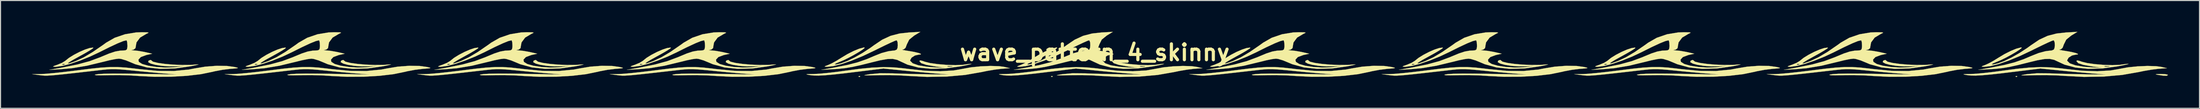
<source format=kicad_pcb>
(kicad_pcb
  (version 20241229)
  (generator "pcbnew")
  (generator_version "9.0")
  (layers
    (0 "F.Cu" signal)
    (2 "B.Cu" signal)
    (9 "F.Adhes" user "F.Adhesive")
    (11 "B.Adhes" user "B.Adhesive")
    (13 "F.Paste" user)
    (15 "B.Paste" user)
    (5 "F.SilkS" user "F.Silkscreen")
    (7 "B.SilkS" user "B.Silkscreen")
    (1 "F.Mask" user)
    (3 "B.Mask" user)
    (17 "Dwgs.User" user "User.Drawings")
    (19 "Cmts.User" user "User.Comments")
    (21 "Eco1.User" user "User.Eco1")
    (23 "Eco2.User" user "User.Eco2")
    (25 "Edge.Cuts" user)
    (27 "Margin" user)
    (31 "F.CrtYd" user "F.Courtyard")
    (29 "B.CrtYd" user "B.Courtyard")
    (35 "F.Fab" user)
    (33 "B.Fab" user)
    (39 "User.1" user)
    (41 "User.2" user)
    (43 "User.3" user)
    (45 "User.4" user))
  (footprint "wave_pattern_4_skinny"
    (layer "F.Cu")
    (at 101.151 1.991)
    (property "Reference" "wave_pattern_4_skinny" (at 0 0 0) (layer "F.SilkS") (effects (font (size 1.524 1.524) (thickness 0.3))))
    (attr through_hole)
    (fp_poly (pts (xy -22.316 2.296) (xy -22.406 2.345) (xy -22.497 2.296) (xy -22.406 2.247) (xy -22.316 2.296)) (stroke (width 0.01) (type solid)) (fill yes) (layer "F.SilkS"))
    (fp_poly (pts (xy -3.991 2.296) (xy -4.082 2.345) (xy -4.173 2.296) (xy -4.082 2.247) (xy -3.991 2.296)) (stroke (width 0.01) (type solid)) (fill yes) (layer "F.SilkS"))
    (fp_poly (pts (xy 87.811 2.296) (xy 87.721 2.345) (xy 87.63 2.296) (xy 87.721 2.247) (xy 87.811 2.296)) (stroke (width 0.01) (type solid)) (fill yes) (layer "F.SilkS"))
    (fp_poly (pts (xy 101.901 2.078) (xy 102.133 2.132) (xy 102.144 2.149) (xy 102.031 2.227) (xy 101.666 2.214) (xy 101.237 2.149) (xy 100.985 2.099) (xy 101.03 2.074) (xy 101.405 2.062) (xy 101.464 2.061) (xy 101.901 2.078)) (stroke (width 0.01) (type solid)) (fill yes) (layer "F.SilkS"))
    (fp_poly (pts (xy -9.109 1.308) (xy -8.618 1.376) (xy -8.074 1.5) (xy -8.89 1.563) (xy -9.512 1.638) (xy -10.266 1.767) (xy -10.795 1.878) (xy -12.353 2.151) (xy -14.11 2.306) (xy -15.971 2.337) (xy -17.84 2.24) (xy -17.961 2.229) (xy -18.623 2.189) (xy -19.484 2.168) (xy -20.384 2.169) (xy -20.592 2.172) (xy -21.356 2.189) (xy -21.793 2.192) (xy -21.936 2.179) (xy -21.82 2.146) (xy -21.48 2.087) (xy -21.409 2.075) (xy -20.444 1.988) (xy -19.231 1.998) (xy -18.498 2.024) (xy -17.532 2.05) (xy -16.464 2.074) (xy -15.512 2.092) (xy -14.728 2.102) (xy -14.184 2.106) (xy -13.915 2.103) (xy -13.959 2.094) (xy -14.061 2.089) (xy -14.576 2.057) (xy -15.351 1.995) (xy -16.291 1.912) (xy -17.299 1.817) (xy -17.542 1.793) (xy -20.117 1.535) (xy -22.532 1.835) (xy -23.86 1.997) (xy -24.891 2.11) (xy -25.676 2.18) (xy -26.269 2.211) (xy -26.72 2.205) (xy -27.084 2.167) (xy -27.124 2.16) (xy -27.412 2.106) (xy -27.43 2.078) (xy -27.142 2.065) (xy -26.761 2.06) (xy -26.206 2.03) (xy -25.42 1.956) (xy -24.521 1.85) (xy -23.858 1.759) (xy -22.393 1.562) (xy -21.174 1.442) (xy -20.115 1.396) (xy -19.131 1.423) (xy -18.134 1.518) (xy -17.78 1.566) (xy -16.161 1.742) (xy -14.698 1.793) (xy -13.434 1.718) (xy -12.609 1.572) (xy -11.809 1.422) (xy -10.877 1.325) (xy -9.936 1.285) (xy -9.109 1.308)) (stroke (width 0.01) (type solid)) (fill yes) (layer "F.SilkS"))
    (fp_poly (pts (xy 9.215 1.308) (xy 9.706 1.376) (xy 10.251 1.5) (xy 9.434 1.563) (xy 8.812 1.638) (xy 8.058 1.767) (xy 7.529 1.878) (xy 5.972 2.151) (xy 4.215 2.306) (xy 2.354 2.337) (xy 0.484 2.24) (xy 0.363 2.229) (xy -0.298 2.189) (xy -1.16 2.168) (xy -2.06 2.169) (xy -2.268 2.172) (xy -3.032 2.189) (xy -3.469 2.192) (xy -3.611 2.179) (xy -3.496 2.146) (xy -3.156 2.087) (xy -3.084 2.075) (xy -2.119 1.988) (xy -0.907 1.998) (xy -0.174 2.024) (xy 0.792 2.05) (xy 1.86 2.074) (xy 2.812 2.092) (xy 3.596 2.102) (xy 4.141 2.106) (xy 4.409 2.103) (xy 4.365 2.094) (xy 4.264 2.089) (xy 3.749 2.057) (xy 2.973 1.995) (xy 2.033 1.912) (xy 1.025 1.817) (xy 0.782 1.793) (xy -1.793 1.535) (xy -4.207 1.835) (xy -5.536 1.997) (xy -6.567 2.11) (xy -7.352 2.18) (xy -7.944 2.211) (xy -8.396 2.205) (xy -8.76 2.167) (xy -8.799 2.16) (xy -9.088 2.106) (xy -9.106 2.078) (xy -8.818 2.065) (xy -8.436 2.06) (xy -7.881 2.03) (xy -7.096 1.956) (xy -6.197 1.85) (xy -5.534 1.759) (xy -4.069 1.562) (xy -2.85 1.442) (xy -1.791 1.396) (xy -0.806 1.423) (xy 0.19 1.518) (xy 0.544 1.566) (xy 2.163 1.742) (xy 3.627 1.793) (xy 4.89 1.718) (xy 5.715 1.572) (xy 6.515 1.422) (xy 7.447 1.325) (xy 8.388 1.285) (xy 9.215 1.308)) (stroke (width 0.01) (type solid)) (fill yes) (layer "F.SilkS"))
    (fp_poly (pts (xy 101.018 1.308) (xy 101.509 1.376) (xy 102.054 1.5) (xy 101.237 1.563) (xy 100.615 1.638) (xy 99.861 1.767) (xy 99.332 1.878) (xy 97.774 2.151) (xy 96.017 2.306) (xy 94.156 2.337) (xy 92.287 2.24) (xy 92.166 2.229) (xy 91.504 2.189) (xy 90.643 2.168) (xy 89.743 2.169) (xy 89.535 2.172) (xy 88.771 2.189) (xy 88.334 2.192) (xy 88.191 2.179) (xy 88.307 2.146) (xy 88.647 2.087) (xy 88.719 2.075) (xy 89.683 1.988) (xy 90.896 1.998) (xy 91.629 2.024) (xy 92.595 2.05) (xy 93.663 2.074) (xy 94.615 2.092) (xy 95.399 2.102) (xy 95.943 2.106) (xy 96.212 2.103) (xy 96.168 2.094) (xy 96.066 2.089) (xy 95.551 2.057) (xy 94.776 1.995) (xy 93.836 1.912) (xy 92.828 1.817) (xy 92.585 1.793) (xy 90.01 1.535) (xy 87.595 1.835) (xy 86.267 1.997) (xy 85.236 2.11) (xy 84.451 2.18) (xy 83.859 2.211) (xy 83.407 2.205) (xy 83.043 2.167) (xy 83.004 2.16) (xy 82.715 2.106) (xy 82.697 2.078) (xy 82.985 2.065) (xy 83.366 2.06) (xy 83.922 2.03) (xy 84.707 1.956) (xy 85.606 1.85) (xy 86.269 1.759) (xy 87.734 1.562) (xy 88.953 1.442) (xy 90.012 1.396) (xy 90.997 1.423) (xy 91.993 1.518) (xy 92.347 1.566) (xy 93.966 1.742) (xy 95.43 1.793) (xy 96.693 1.718) (xy 97.518 1.572) (xy 98.318 1.422) (xy 99.25 1.325) (xy 100.191 1.285) (xy 101.018 1.308)) (stroke (width 0.01) (type solid)) (fill yes) (layer "F.SilkS"))
    (fp_poly (pts (xy -82.582 1.288) (xy -81.881 1.384) (xy -81.599 1.452) (xy -81.562 1.494) (xy -81.81 1.529) (xy -82.282 1.566) (xy -83.021 1.656) (xy -83.77 1.798) (xy -83.979 1.85) (xy -85.079 2.077) (xy -86.426 2.235) (xy -87.927 2.32) (xy -89.485 2.327) (xy -91.006 2.251) (xy -91.259 2.229) (xy -91.926 2.189) (xy -92.79 2.168) (xy -93.683 2.169) (xy -93.85 2.173) (xy -94.627 2.184) (xy -95.064 2.174) (xy -95.183 2.14) (xy -95.12 2.112) (xy -94.826 2.065) (xy -94.293 2.034) (xy -93.497 2.02) (xy -92.412 2.021) (xy -91.015 2.039) (xy -89.281 2.072) (xy -89.263 2.073) (xy -88.419 2.09) (xy -87.804 2.099) (xy -87.455 2.102) (xy -87.408 2.096) (xy -87.539 2.089) (xy -88.061 2.055) (xy -88.84 1.991) (xy -89.776 1.906) (xy -90.769 1.809) (xy -90.917 1.794) (xy -91.912 1.693) (xy -92.637 1.628) (xy -93.181 1.596) (xy -93.63 1.596) (xy -94.071 1.624) (xy -94.591 1.678) (xy -94.727 1.694) (xy -96.182 1.861) (xy -97.326 1.991) (xy -98.205 2.087) (xy -98.862 2.154) (xy -99.343 2.195) (xy -99.691 2.214) (xy -99.952 2.214) (xy -100.17 2.199) (xy -100.389 2.173) (xy -100.421 2.169) (xy -101.146 2.075) (xy -100.295 2.063) (xy -99.807 2.035) (xy -99.06 1.967) (xy -98.144 1.868) (xy -97.151 1.748) (xy -96.857 1.71) (xy -95.592 1.55) (xy -94.587 1.444) (xy -93.752 1.392) (xy -93.001 1.391) (xy -92.246 1.439) (xy -91.398 1.533) (xy -91.077 1.575) (xy -89.265 1.752) (xy -87.653 1.771) (xy -86.228 1.631) (xy -85.683 1.525) (xy -84.653 1.352) (xy -83.579 1.271) (xy -82.582 1.288)) (stroke (width 0.01) (type solid)) (fill yes) (layer "F.SilkS"))
    (fp_poly (pts (xy -64.257 1.288) (xy -63.557 1.384) (xy -63.275 1.452) (xy -63.238 1.494) (xy -63.486 1.529) (xy -63.957 1.566) (xy -64.697 1.656) (xy -65.446 1.798) (xy -65.655 1.85) (xy -66.754 2.077) (xy -68.102 2.235) (xy -69.602 2.32) (xy -71.161 2.327) (xy -72.682 2.251) (xy -72.934 2.229) (xy -73.602 2.189) (xy -74.465 2.168) (xy -75.358 2.169) (xy -75.526 2.173) (xy -76.303 2.184) (xy -76.74 2.174) (xy -76.859 2.14) (xy -76.796 2.112) (xy -76.502 2.065) (xy -75.969 2.034) (xy -75.172 2.02) (xy -74.088 2.021) (xy -72.691 2.039) (xy -70.956 2.072) (xy -70.939 2.073) (xy -70.095 2.09) (xy -69.48 2.099) (xy -69.131 2.102) (xy -69.084 2.096) (xy -69.215 2.089) (xy -69.737 2.055) (xy -70.516 1.991) (xy -71.451 1.906) (xy -72.445 1.809) (xy -72.593 1.794) (xy -73.587 1.693) (xy -74.313 1.628) (xy -74.857 1.596) (xy -75.306 1.596) (xy -75.747 1.624) (xy -76.267 1.678) (xy -76.403 1.694) (xy -77.857 1.861) (xy -79.002 1.991) (xy -79.88 2.087) (xy -80.538 2.154) (xy -81.018 2.195) (xy -81.367 2.214) (xy -81.628 2.214) (xy -81.845 2.199) (xy -82.064 2.173) (xy -82.096 2.169) (xy -82.822 2.075) (xy -81.971 2.063) (xy -81.483 2.035) (xy -80.736 1.967) (xy -79.82 1.868) (xy -78.827 1.748) (xy -78.533 1.71) (xy -77.268 1.55) (xy -76.262 1.444) (xy -75.428 1.392) (xy -74.677 1.391) (xy -73.921 1.439) (xy -73.074 1.533) (xy -72.753 1.575) (xy -70.941 1.752) (xy -69.329 1.771) (xy -67.904 1.631) (xy -67.359 1.525) (xy -66.329 1.352) (xy -65.254 1.271) (xy -64.257 1.288)) (stroke (width 0.01) (type solid)) (fill yes) (layer "F.SilkS"))
    (fp_poly (pts (xy -45.933 1.288) (xy -45.233 1.384) (xy -44.951 1.452) (xy -44.913 1.494) (xy -45.161 1.529) (xy -45.633 1.566) (xy -46.372 1.656) (xy -47.122 1.798) (xy -47.331 1.85) (xy -48.43 2.077) (xy -49.778 2.235) (xy -51.278 2.32) (xy -52.837 2.327) (xy -54.358 2.251) (xy -54.61 2.229) (xy -55.278 2.189) (xy -56.141 2.168) (xy -57.034 2.169) (xy -57.202 2.173) (xy -57.978 2.184) (xy -58.416 2.174) (xy -58.535 2.14) (xy -58.472 2.112) (xy -58.178 2.065) (xy -57.645 2.034) (xy -56.848 2.02) (xy -55.763 2.021) (xy -54.366 2.039) (xy -52.632 2.072) (xy -52.614 2.073) (xy -51.771 2.09) (xy -51.156 2.099) (xy -50.806 2.102) (xy -50.76 2.096) (xy -50.891 2.089) (xy -51.413 2.055) (xy -52.191 1.991) (xy -53.127 1.906) (xy -54.121 1.809) (xy -54.268 1.794) (xy -55.263 1.693) (xy -55.989 1.628) (xy -56.533 1.596) (xy -56.982 1.596) (xy -57.423 1.624) (xy -57.943 1.678) (xy -58.078 1.694) (xy -59.533 1.861) (xy -60.677 1.991) (xy -61.556 2.087) (xy -62.213 2.154) (xy -62.694 2.195) (xy -63.042 2.214) (xy -63.303 2.214) (xy -63.521 2.199) (xy -63.74 2.173) (xy -63.772 2.169) (xy -64.498 2.075) (xy -63.646 2.063) (xy -63.159 2.035) (xy -62.412 1.967) (xy -61.496 1.868) (xy -60.503 1.748) (xy -60.209 1.71) (xy -58.944 1.55) (xy -57.938 1.444) (xy -57.104 1.392) (xy -56.353 1.391) (xy -55.597 1.439) (xy -54.749 1.533) (xy -54.429 1.575) (xy -52.616 1.752) (xy -51.004 1.771) (xy -49.579 1.631) (xy -49.035 1.525) (xy -48.005 1.352) (xy -46.93 1.271) (xy -45.933 1.288)) (stroke (width 0.01) (type solid)) (fill yes) (layer "F.SilkS"))
    (fp_poly (pts (xy -27.609 1.288) (xy -26.909 1.384) (xy -26.626 1.452) (xy -26.589 1.494) (xy -26.837 1.529) (xy -27.309 1.566) (xy -28.048 1.656) (xy -28.797 1.798) (xy -29.006 1.85) (xy -30.106 2.077) (xy -31.453 2.235) (xy -32.954 2.32) (xy -34.512 2.327) (xy -36.033 2.251) (xy -36.286 2.229) (xy -36.953 2.189) (xy -37.817 2.168) (xy -38.71 2.169) (xy -38.878 2.173) (xy -39.654 2.184) (xy -40.091 2.174) (xy -40.211 2.14) (xy -40.148 2.112) (xy -39.853 2.065) (xy -39.32 2.034) (xy -38.524 2.02) (xy -37.439 2.021) (xy -36.042 2.039) (xy -34.308 2.072) (xy -34.29 2.073) (xy -33.447 2.09) (xy -32.832 2.099) (xy -32.482 2.102) (xy -32.436 2.096) (xy -32.566 2.089) (xy -33.088 2.055) (xy -33.867 1.991) (xy -34.803 1.906) (xy -35.797 1.809) (xy -35.944 1.794) (xy -36.939 1.693) (xy -37.665 1.628) (xy -38.208 1.596) (xy -38.657 1.596) (xy -39.098 1.624) (xy -39.618 1.678) (xy -39.754 1.694) (xy -41.209 1.861) (xy -42.353 1.991) (xy -43.232 2.087) (xy -43.889 2.154) (xy -44.37 2.195) (xy -44.718 2.214) (xy -44.979 2.214) (xy -45.197 2.199) (xy -45.416 2.173) (xy -45.448 2.169) (xy -46.174 2.075) (xy -45.322 2.063) (xy -44.835 2.035) (xy -44.087 1.967) (xy -43.172 1.868) (xy -42.178 1.748) (xy -41.884 1.71) (xy -40.62 1.55) (xy -39.614 1.444) (xy -38.779 1.392) (xy -38.028 1.391) (xy -37.273 1.439) (xy -36.425 1.533) (xy -36.104 1.575) (xy -34.292 1.752) (xy -32.68 1.771) (xy -31.255 1.631) (xy -30.71 1.525) (xy -29.68 1.352) (xy -28.606 1.271) (xy -27.609 1.288)) (stroke (width 0.01) (type solid)) (fill yes) (layer "F.SilkS"))
    (fp_poly (pts (xy 27.545 1.288) (xy 28.246 1.384) (xy 28.528 1.452) (xy 28.565 1.494) (xy 28.317 1.529) (xy 27.845 1.566) (xy 27.106 1.656) (xy 26.357 1.798) (xy 26.148 1.85) (xy 25.049 2.077) (xy 23.701 2.235) (xy 22.2 2.32) (xy 20.642 2.327) (xy 19.121 2.251) (xy 18.869 2.229) (xy 18.201 2.189) (xy 17.338 2.168) (xy 16.445 2.169) (xy 16.277 2.173) (xy 15.5 2.184) (xy 15.063 2.174) (xy 14.944 2.14) (xy 15.007 2.112) (xy 15.301 2.065) (xy 15.834 2.034) (xy 16.631 2.02) (xy 17.715 2.021) (xy 19.112 2.039) (xy 20.846 2.072) (xy 20.864 2.073) (xy 21.708 2.09) (xy 22.323 2.099) (xy 22.672 2.102) (xy 22.719 2.096) (xy 22.588 2.089) (xy 22.066 2.055) (xy 21.287 1.991) (xy 20.351 1.906) (xy 19.358 1.809) (xy 19.21 1.794) (xy 18.215 1.693) (xy 17.49 1.628) (xy 16.946 1.596) (xy 16.497 1.596) (xy 16.056 1.624) (xy 15.536 1.678) (xy 15.4 1.694) (xy 13.946 1.861) (xy 12.801 1.991) (xy 11.923 2.087) (xy 11.265 2.154) (xy 10.785 2.195) (xy 10.436 2.214) (xy 10.175 2.214) (xy 9.958 2.199) (xy 9.739 2.173) (xy 9.706 2.169) (xy 8.981 2.075) (xy 9.832 2.063) (xy 10.32 2.035) (xy 11.067 1.967) (xy 11.983 1.868) (xy 12.976 1.748) (xy 13.27 1.71) (xy 14.535 1.55) (xy 15.54 1.444) (xy 16.375 1.392) (xy 17.126 1.391) (xy 17.881 1.439) (xy 18.729 1.533) (xy 19.05 1.575) (xy 20.862 1.752) (xy 22.474 1.771) (xy 23.899 1.631) (xy 24.444 1.525) (xy 25.474 1.352) (xy 26.548 1.271) (xy 27.545 1.288)) (stroke (width 0.01) (type solid)) (fill yes) (layer "F.SilkS"))
    (fp_poly (pts (xy 45.87 1.288) (xy 46.57 1.384) (xy 46.852 1.452) (xy 46.889 1.494) (xy 46.642 1.529) (xy 46.17 1.566) (xy 45.43 1.656) (xy 44.681 1.798) (xy 44.472 1.85) (xy 43.373 2.077) (xy 42.025 2.235) (xy 40.525 2.32) (xy 38.966 2.327) (xy 37.445 2.251) (xy 37.193 2.229) (xy 36.525 2.189) (xy 35.662 2.168) (xy 34.769 2.169) (xy 34.601 2.173) (xy 33.824 2.184) (xy 33.387 2.174) (xy 33.268 2.14) (xy 33.331 2.112) (xy 33.625 2.065) (xy 34.158 2.034) (xy 34.955 2.02) (xy 36.04 2.021) (xy 37.437 2.039) (xy 39.171 2.072) (xy 39.189 2.073) (xy 40.032 2.09) (xy 40.647 2.099) (xy 40.997 2.102) (xy 41.043 2.096) (xy 40.912 2.089) (xy 40.39 2.055) (xy 39.612 1.991) (xy 38.676 1.906) (xy 37.682 1.809) (xy 37.534 1.794) (xy 36.54 1.693) (xy 35.814 1.628) (xy 35.27 1.596) (xy 34.821 1.596) (xy 34.38 1.624) (xy 33.86 1.678) (xy 33.724 1.694) (xy 32.27 1.861) (xy 31.125 1.991) (xy 30.247 2.087) (xy 29.59 2.154) (xy 29.109 2.195) (xy 28.76 2.214) (xy 28.5 2.214) (xy 28.282 2.199) (xy 28.063 2.173) (xy 28.031 2.169) (xy 27.305 2.075) (xy 28.157 2.063) (xy 28.644 2.035) (xy 29.391 1.967) (xy 30.307 1.868) (xy 31.3 1.748) (xy 31.594 1.71) (xy 32.859 1.55) (xy 33.865 1.444) (xy 34.699 1.392) (xy 35.45 1.391) (xy 36.206 1.439) (xy 37.053 1.533) (xy 37.374 1.575) (xy 39.186 1.752) (xy 40.799 1.771) (xy 42.223 1.631) (xy 42.768 1.525) (xy 43.798 1.352) (xy 44.873 1.271) (xy 45.87 1.288)) (stroke (width 0.01) (type solid)) (fill yes) (layer "F.SilkS"))
    (fp_poly (pts (xy 64.194 1.288) (xy 64.894 1.384) (xy 65.177 1.452) (xy 65.214 1.494) (xy 64.966 1.529) (xy 64.494 1.566) (xy 63.755 1.656) (xy 63.005 1.798) (xy 62.797 1.85) (xy 61.697 2.077) (xy 60.35 2.235) (xy 58.849 2.32) (xy 57.291 2.327) (xy 55.769 2.251) (xy 55.517 2.229) (xy 54.849 2.189) (xy 53.986 2.168) (xy 53.093 2.169) (xy 52.925 2.173) (xy 52.149 2.184) (xy 51.711 2.174) (xy 51.592 2.14) (xy 51.655 2.112) (xy 51.949 2.065) (xy 52.483 2.034) (xy 53.279 2.02) (xy 54.364 2.021) (xy 55.761 2.039) (xy 57.495 2.072) (xy 57.513 2.073) (xy 58.356 2.09) (xy 58.971 2.099) (xy 59.321 2.102) (xy 59.367 2.096) (xy 59.236 2.089) (xy 58.714 2.055) (xy 57.936 1.991) (xy 57 1.906) (xy 56.006 1.809) (xy 55.859 1.794) (xy 54.864 1.693) (xy 54.138 1.628) (xy 53.595 1.596) (xy 53.146 1.596) (xy 52.705 1.624) (xy 52.185 1.678) (xy 52.049 1.694) (xy 50.594 1.861) (xy 49.45 1.991) (xy 48.571 2.087) (xy 47.914 2.154) (xy 47.433 2.195) (xy 47.085 2.214) (xy 46.824 2.214) (xy 46.606 2.199) (xy 46.387 2.173) (xy 46.355 2.169) (xy 45.629 2.075) (xy 46.481 2.063) (xy 46.968 2.035) (xy 47.715 1.967) (xy 48.631 1.868) (xy 49.625 1.748) (xy 49.918 1.71) (xy 51.183 1.55) (xy 52.189 1.444) (xy 53.023 1.392) (xy 53.775 1.391) (xy 54.53 1.439) (xy 55.378 1.533) (xy 55.699 1.575) (xy 57.511 1.752) (xy 59.123 1.771) (xy 60.548 1.631) (xy 61.092 1.525) (xy 62.122 1.352) (xy 63.197 1.271) (xy 64.194 1.288)) (stroke (width 0.01) (type solid)) (fill yes) (layer "F.SilkS"))
    (fp_poly (pts (xy 82.518 1.288) (xy 83.219 1.384) (xy 83.501 1.452) (xy 83.538 1.494) (xy 83.29 1.529) (xy 82.818 1.566) (xy 82.079 1.656) (xy 81.33 1.798) (xy 81.121 1.85) (xy 80.021 2.077) (xy 78.674 2.235) (xy 77.173 2.32) (xy 75.615 2.327) (xy 74.094 2.251) (xy 73.841 2.229) (xy 73.174 2.189) (xy 72.31 2.168) (xy 71.417 2.169) (xy 71.25 2.173) (xy 70.473 2.184) (xy 70.036 2.174) (xy 69.917 2.14) (xy 69.98 2.112) (xy 70.274 2.065) (xy 70.807 2.034) (xy 71.603 2.02) (xy 72.688 2.021) (xy 74.085 2.039) (xy 75.819 2.072) (xy 75.837 2.073) (xy 76.681 2.09) (xy 77.296 2.099) (xy 77.645 2.102) (xy 77.692 2.096) (xy 77.561 2.089) (xy 77.039 2.055) (xy 76.26 1.991) (xy 75.324 1.906) (xy 74.331 1.809) (xy 74.183 1.794) (xy 73.188 1.693) (xy 72.463 1.628) (xy 71.919 1.596) (xy 71.47 1.596) (xy 71.029 1.624) (xy 70.509 1.678) (xy 70.373 1.694) (xy 68.918 1.861) (xy 67.774 1.991) (xy 66.895 2.087) (xy 66.238 2.154) (xy 65.757 2.195) (xy 65.409 2.214) (xy 65.148 2.214) (xy 64.93 2.199) (xy 64.711 2.173) (xy 64.679 2.169) (xy 63.954 2.075) (xy 64.805 2.063) (xy 65.293 2.035) (xy 66.04 1.967) (xy 66.956 1.868) (xy 67.949 1.748) (xy 68.243 1.71) (xy 69.508 1.55) (xy 70.513 1.444) (xy 71.348 1.392) (xy 72.099 1.391) (xy 72.854 1.439) (xy 73.702 1.533) (xy 74.023 1.575) (xy 75.835 1.752) (xy 77.447 1.771) (xy 78.872 1.631) (xy 79.417 1.525) (xy 80.447 1.352) (xy 81.521 1.271) (xy 82.518 1.288)) (stroke (width 0.01) (type solid)) (fill yes) (layer "F.SilkS"))
    (fp_poly (pts (xy -17.184 -1.629) (xy -17.661 -1.241) (xy -17.888 -0.783) (xy -17.888 -0.782) (xy -18.005 -0.464) (xy -18.17 -0.311) (xy -18.302 -0.286) (xy -18.318 -0.261) (xy -18.044 -0.204) (xy -17.724 -0.154) (xy -17.169 -0.056) (xy -16.756 0.046) (xy -16.541 0.134) (xy -16.583 0.188) (xy -16.718 0.195) (xy -17.109 0.28) (xy -17.43 0.483) (xy -17.573 0.729) (xy -17.568 0.793) (xy -17.328 1.032) (xy -16.781 1.226) (xy -15.979 1.362) (xy -15.325 1.413) (xy -14.242 1.465) (xy -15.152 1.339) (xy -14.038 1.339) (xy -13.789 1.352) (xy -13.531 1.337) (xy -13.562 1.303) (xy -13.933 1.29) (xy -14.015 1.303) (xy -14.038 1.339) (xy -15.152 1.339) (xy -15.188 1.334) (xy -16.024 1.186) (xy -16.518 1.02) (xy -16.691 0.828) (xy -16.691 0.815) (xy -16.619 0.749) (xy -16.366 0.81) (xy -16.192 0.876) (xy -15.683 1.006) (xy -14.94 1.111) (xy -14.092 1.182) (xy -13.266 1.208) (xy -12.592 1.18) (xy -12.464 1.164) (xy -11.934 1.09) (xy -11.728 1.08) (xy -11.83 1.124) (xy -12.226 1.216) (xy -12.781 1.326) (xy -14.228 1.524) (xy -15.574 1.561) (xy -16.784 1.44) (xy -17.822 1.162) (xy -18.404 0.892) (xy -18.809 0.7) (xy -19.228 0.61) (xy -19.736 0.623) (xy -20.407 0.741) (xy -21.222 0.94) (xy -22.246 1.198) (xy -23.055 1.377) (xy -23.75 1.495) (xy -24.431 1.568) (xy -24.97 1.603) (xy -26.035 1.66) (xy -24.765 1.433) (xy -23.558 1.194) (xy -22.584 0.942) (xy -21.714 0.638) (xy -21.032 0.345) (xy -20.302 0.052) (xy -19.654 -0.124) (xy -19.419 -0.157) (xy -19.036 -0.201) (xy -18.843 -0.283) (xy -18.77 -0.461) (xy -18.75 -0.693) (xy -18.763 -0.968) (xy -18.826 -1.142) (xy -18.879 -1.172) (xy -19.06 -1.109) (xy -19.452 -0.934) (xy -20.004 -0.672) (xy -20.665 -0.346) (xy -20.951 -0.202) (xy -22.076 0.334) (xy -23.135 0.773) (xy -24.087 1.101) (xy -24.892 1.303) (xy -25.474 1.367) (xy -25.706 1.356) (xy -25.664 1.304) (xy -25.382 1.196) (xy -25.026 1.033) (xy -24.555 0.772) (xy -24.101 0.488) (xy -23.533 0.146) (xy -22.944 -0.152) (xy -22.408 -0.373) (xy -21.999 -0.482) (xy -21.916 -0.488) (xy -21.917 -0.427) (xy -22.123 -0.265) (xy -22.477 -0.036) (xy -22.921 0.225) (xy -23.396 0.484) (xy -23.846 0.708) (xy -24.166 0.844) (xy -24.61 1.028) (xy -24.766 1.132) (xy -24.635 1.144) (xy -24.217 1.05) (xy -24.155 1.033) (xy -23.565 0.815) (xy -22.857 0.471) (xy -22.102 0.04) (xy -21.374 -0.438) (xy -21.024 -0.695) (xy -20.229 -1.234) (xy -19.435 -1.603) (xy -18.576 -1.828) (xy -17.68 -1.926) (xy -16.601 -1.986) (xy -17.184 -1.629)) (stroke (width 0.01) (type solid)) (fill yes) (layer "F.SilkS"))
    (fp_poly (pts (xy 1.14 -1.629) (xy 0.663 -1.241) (xy 0.437 -0.783) (xy 0.437 -0.782) (xy 0.32 -0.464) (xy 0.154 -0.311) (xy 0.022 -0.286) (xy 0.007 -0.261) (xy 0.281 -0.204) (xy 0.601 -0.154) (xy 1.155 -0.056) (xy 1.568 0.046) (xy 1.783 0.134) (xy 1.741 0.188) (xy 1.607 0.195) (xy 1.216 0.28) (xy 0.895 0.483) (xy 0.751 0.729) (xy 0.756 0.793) (xy 0.996 1.032) (xy 1.543 1.226) (xy 2.346 1.362) (xy 3 1.413) (xy 4.082 1.465) (xy 3.173 1.339) (xy 4.286 1.339) (xy 4.536 1.352) (xy 4.793 1.337) (xy 4.763 1.303) (xy 4.391 1.29) (xy 4.309 1.303) (xy 4.286 1.339) (xy 3.173 1.339) (xy 3.136 1.334) (xy 2.3 1.186) (xy 1.806 1.02) (xy 1.633 0.828) (xy 1.633 0.815) (xy 1.705 0.749) (xy 1.958 0.81) (xy 2.132 0.876) (xy 2.641 1.006) (xy 3.384 1.111) (xy 4.233 1.182) (xy 5.058 1.208) (xy 5.733 1.18) (xy 5.86 1.164) (xy 6.39 1.09) (xy 6.596 1.08) (xy 6.494 1.124) (xy 6.098 1.216) (xy 5.544 1.326) (xy 4.096 1.524) (xy 2.75 1.561) (xy 1.541 1.44) (xy 0.502 1.162) (xy -0.079 0.892) (xy -0.485 0.7) (xy -0.904 0.61) (xy -1.412 0.623) (xy -2.082 0.741) (xy -2.898 0.94) (xy -3.922 1.198) (xy -4.731 1.377) (xy -5.426 1.495) (xy -6.107 1.568) (xy -6.646 1.603) (xy -7.711 1.66) (xy -6.441 1.433) (xy -5.234 1.194) (xy -4.259 0.942) (xy -3.39 0.638) (xy -2.708 0.345) (xy -1.977 0.052) (xy -1.33 -0.124) (xy -1.095 -0.157) (xy -0.712 -0.201) (xy -0.519 -0.283) (xy -0.446 -0.461) (xy -0.426 -0.693) (xy -0.439 -0.968) (xy -0.502 -1.142) (xy -0.554 -1.172) (xy -0.735 -1.109) (xy -1.127 -0.934) (xy -1.679 -0.672) (xy -2.341 -0.346) (xy -2.626 -0.202) (xy -3.752 0.334) (xy -4.811 0.773) (xy -5.763 1.101) (xy -6.568 1.303) (xy -7.15 1.367) (xy -7.382 1.356) (xy -7.339 1.304) (xy -7.058 1.196) (xy -6.701 1.033) (xy -6.231 0.772) (xy -5.777 0.488) (xy -5.209 0.146) (xy -4.619 -0.152) (xy -4.083 -0.373) (xy -3.675 -0.482) (xy -3.591 -0.488) (xy -3.593 -0.427) (xy -3.799 -0.265) (xy -4.153 -0.036) (xy -4.596 0.225) (xy -5.072 0.484) (xy -5.522 0.708) (xy -5.842 0.844) (xy -6.286 1.028) (xy -6.442 1.132) (xy -6.31 1.144) (xy -5.893 1.05) (xy -5.831 1.033) (xy -5.241 0.815) (xy -4.533 0.471) (xy -3.778 0.04) (xy -3.049 -0.438) (xy -2.7 -0.695) (xy -1.905 -1.234) (xy -1.11 -1.603) (xy -0.252 -1.828) (xy 0.645 -1.926) (xy 1.723 -1.986) (xy 1.14 -1.629)) (stroke (width 0.01) (type solid)) (fill yes) (layer "F.SilkS"))
    (fp_poly (pts (xy 92.943 -1.629) (xy 92.466 -1.241) (xy 92.24 -0.783) (xy 92.239 -0.782) (xy 92.122 -0.464) (xy 91.957 -0.311) (xy 91.825 -0.286) (xy 91.809 -0.261) (xy 92.083 -0.204) (xy 92.404 -0.154) (xy 92.958 -0.056) (xy 93.371 0.046) (xy 93.586 0.134) (xy 93.544 0.188) (xy 93.409 0.195) (xy 93.019 0.28) (xy 92.697 0.483) (xy 92.554 0.729) (xy 92.559 0.793) (xy 92.799 1.032) (xy 93.346 1.226) (xy 94.148 1.362) (xy 94.803 1.413) (xy 95.885 1.465) (xy 94.976 1.339) (xy 96.089 1.339) (xy 96.339 1.352) (xy 96.596 1.337) (xy 96.565 1.303) (xy 96.194 1.29) (xy 96.112 1.303) (xy 96.089 1.339) (xy 94.976 1.339) (xy 94.939 1.334) (xy 94.103 1.186) (xy 93.609 1.02) (xy 93.436 0.828) (xy 93.436 0.815) (xy 93.508 0.749) (xy 93.761 0.81) (xy 93.935 0.876) (xy 94.444 1.006) (xy 95.187 1.111) (xy 96.036 1.182) (xy 96.861 1.208) (xy 97.536 1.18) (xy 97.663 1.164) (xy 98.193 1.09) (xy 98.399 1.08) (xy 98.297 1.124) (xy 97.901 1.216) (xy 97.346 1.326) (xy 95.899 1.524) (xy 94.553 1.561) (xy 93.343 1.44) (xy 92.305 1.162) (xy 91.724 0.892) (xy 91.318 0.7) (xy 90.899 0.61) (xy 90.391 0.623) (xy 89.721 0.741) (xy 88.905 0.94) (xy 87.881 1.198) (xy 87.072 1.377) (xy 86.377 1.495) (xy 85.696 1.568) (xy 85.157 1.603) (xy 84.092 1.66) (xy 85.362 1.433) (xy 86.569 1.194) (xy 87.544 0.942) (xy 88.413 0.638) (xy 89.095 0.345) (xy 89.826 0.052) (xy 90.473 -0.124) (xy 90.708 -0.157) (xy 91.091 -0.201) (xy 91.284 -0.283) (xy 91.357 -0.461) (xy 91.377 -0.693) (xy 91.364 -0.968) (xy 91.301 -1.142) (xy 91.248 -1.172) (xy 91.068 -1.109) (xy 90.676 -0.934) (xy 90.123 -0.672) (xy 89.462 -0.346) (xy 89.176 -0.202) (xy 88.051 0.334) (xy 86.992 0.773) (xy 86.04 1.101) (xy 85.235 1.303) (xy 84.653 1.367) (xy 84.421 1.356) (xy 84.463 1.304) (xy 84.745 1.196) (xy 85.102 1.033) (xy 85.572 0.772) (xy 86.026 0.488) (xy 86.594 0.146) (xy 87.183 -0.152) (xy 87.72 -0.373) (xy 88.128 -0.482) (xy 88.212 -0.488) (xy 88.21 -0.427) (xy 88.004 -0.265) (xy 87.65 -0.036) (xy 87.207 0.225) (xy 86.731 0.484) (xy 86.281 0.708) (xy 85.961 0.844) (xy 85.517 1.028) (xy 85.361 1.132) (xy 85.493 1.144) (xy 85.91 1.05) (xy 85.972 1.033) (xy 86.562 0.815) (xy 87.27 0.471) (xy 88.025 0.04) (xy 88.753 -0.438) (xy 89.103 -0.695) (xy 89.898 -1.234) (xy 90.693 -1.603) (xy 91.551 -1.828) (xy 92.448 -1.926) (xy 93.526 -1.986) (xy 92.943 -1.629)) (stroke (width 0.01) (type solid)) (fill yes) (layer "F.SilkS"))
    (fp_poly (pts (xy -90.236 -1.943) (xy -90.059 -1.916) (xy -90.138 -1.852) (xy -90.246 -1.806) (xy -90.866 -1.437) (xy -91.208 -0.975) (xy -91.257 -0.715) (xy -91.303 -0.43) (xy -91.458 -0.291) (xy -91.576 -0.263) (xy -91.734 -0.227) (xy -91.544 -0.209) (xy -91.48 -0.207) (xy -91.041 -0.161) (xy -90.491 -0.064) (xy -90.391 -0.042) (xy -89.716 0.111) (xy -90.289 0.242) (xy -90.799 0.433) (xy -91.029 0.685) (xy -90.985 0.895) (xy -90.664 1.1) (xy -90.077 1.267) (xy -89.319 1.382) (xy -88.483 1.434) (xy -87.663 1.41) (xy -87.358 1.376) (xy -86.632 1.273) (xy -87.415 1.323) (xy -88.104 1.331) (xy -88.787 1.28) (xy -89.393 1.185) (xy -89.853 1.06) (xy -90.098 0.921) (xy -90.057 0.782) (xy -90.034 0.769) (xy -89.843 0.706) (xy -89.807 0.751) (xy -89.639 0.878) (xy -89.185 0.992) (xy -88.525 1.087) (xy -87.734 1.156) (xy -86.892 1.191) (xy -86.075 1.186) (xy -85.453 1.144) (xy -85.303 1.14) (xy -85.46 1.19) (xy -85.889 1.282) (xy -86.078 1.32) (xy -87.567 1.528) (xy -88.955 1.563) (xy -90.217 1.427) (xy -91.329 1.12) (xy -91.705 0.96) (xy -92.203 0.754) (xy -92.655 0.618) (xy -92.879 0.586) (xy -93.232 0.629) (xy -93.783 0.741) (xy -94.393 0.893) (xy -95.944 1.268) (xy -97.345 1.503) (xy -98.455 1.603) (xy -99.514 1.66) (xy -98.244 1.433) (xy -96.82 1.143) (xy -95.653 0.823) (xy -94.636 0.441) (xy -94.524 0.392) (xy -93.793 0.086) (xy -93.231 -0.099) (xy -92.761 -0.183) (xy -92.495 -0.196) (xy -92.245 -0.215) (xy -92.12 -0.304) (xy -92.077 -0.514) (xy -92.074 -0.684) (xy -92.09 -0.963) (xy -92.135 -1.14) (xy -92.169 -1.172) (xy -92.467 -1.1) (xy -92.998 -0.884) (xy -93.757 -0.529) (xy -94.707 -0.051) (xy -95.63 0.386) (xy -96.573 0.768) (xy -97.472 1.073) (xy -98.263 1.279) (xy -98.883 1.366) (xy -98.953 1.367) (xy -99.152 1.352) (xy -99.076 1.291) (xy -98.754 1.177) (xy -98.584 1.107) (xy -98.274 1.107) (xy -98.249 1.165) (xy -98.153 1.172) (xy -98.004 1.137) (xy -98.032 1.107) (xy -98.247 1.095) (xy -98.274 1.107) (xy -98.584 1.107) (xy -98.306 0.992) (xy -97.987 0.796) (xy -97.968 0.778) (xy -97.629 0.505) (xy -97.162 0.216) (xy -96.636 -0.058) (xy -96.117 -0.284) (xy -95.673 -0.433) (xy -95.37 -0.473) (xy -95.312 -0.457) (xy -95.396 -0.373) (xy -95.689 -0.182) (xy -96.143 0.085) (xy -96.587 0.332) (xy -97.246 0.7) (xy -97.636 0.939) (xy -97.758 1.05) (xy -97.612 1.034) (xy -97.201 0.892) (xy -96.951 0.797) (xy -96.219 0.453) (xy -95.366 -0.056) (xy -94.381 -0.738) (xy -94.101 -0.945) (xy -93.285 -1.416) (xy -92.309 -1.752) (xy -91.254 -1.929) (xy -90.724 -1.951) (xy -90.236 -1.943)) (stroke (width 0.01) (type solid)) (fill yes) (layer "F.SilkS"))
    (fp_poly (pts (xy -71.912 -1.943) (xy -71.734 -1.916) (xy -71.813 -1.852) (xy -71.922 -1.806) (xy -72.542 -1.437) (xy -72.884 -0.975) (xy -72.933 -0.715) (xy -72.978 -0.43) (xy -73.134 -0.291) (xy -73.252 -0.263) (xy -73.409 -0.227) (xy -73.22 -0.209) (xy -73.155 -0.207) (xy -72.716 -0.161) (xy -72.167 -0.064) (xy -72.067 -0.042) (xy -71.392 0.111) (xy -71.964 0.242) (xy -72.475 0.433) (xy -72.704 0.685) (xy -72.661 0.895) (xy -72.34 1.1) (xy -71.753 1.267) (xy -70.995 1.382) (xy -70.158 1.434) (xy -69.339 1.41) (xy -69.034 1.376) (xy -68.308 1.273) (xy -69.09 1.323) (xy -69.78 1.331) (xy -70.463 1.28) (xy -71.069 1.185) (xy -71.529 1.06) (xy -71.773 0.921) (xy -71.733 0.782) (xy -71.71 0.769) (xy -71.519 0.706) (xy -71.483 0.751) (xy -71.314 0.878) (xy -70.861 0.992) (xy -70.2 1.087) (xy -69.41 1.156) (xy -68.567 1.191) (xy -67.751 1.186) (xy -67.129 1.144) (xy -66.979 1.14) (xy -67.136 1.19) (xy -67.565 1.282) (xy -67.754 1.32) (xy -69.242 1.528) (xy -70.63 1.563) (xy -71.893 1.427) (xy -73.005 1.12) (xy -73.381 0.96) (xy -73.879 0.754) (xy -74.33 0.618) (xy -74.555 0.586) (xy -74.908 0.629) (xy -75.458 0.741) (xy -76.068 0.893) (xy -77.62 1.268) (xy -79.021 1.503) (xy -80.131 1.603) (xy -81.189 1.66) (xy -79.919 1.433) (xy -78.496 1.143) (xy -77.328 0.823) (xy -76.312 0.441) (xy -76.2 0.392) (xy -75.469 0.086) (xy -74.906 -0.099) (xy -74.436 -0.183) (xy -74.171 -0.196) (xy -73.921 -0.215) (xy -73.796 -0.304) (xy -73.753 -0.514) (xy -73.749 -0.684) (xy -73.766 -0.963) (xy -73.81 -1.14) (xy -73.845 -1.172) (xy -74.142 -1.1) (xy -74.674 -0.884) (xy -75.432 -0.529) (xy -76.383 -0.051) (xy -77.306 0.386) (xy -78.248 0.768) (xy -79.148 1.073) (xy -79.939 1.279) (xy -80.559 1.366) (xy -80.629 1.367) (xy -80.828 1.352) (xy -80.752 1.291) (xy -80.43 1.177) (xy -80.26 1.107) (xy -79.95 1.107) (xy -79.925 1.165) (xy -79.829 1.172) (xy -79.679 1.137) (xy -79.708 1.107) (xy -79.923 1.095) (xy -79.95 1.107) (xy -80.26 1.107) (xy -79.982 0.992) (xy -79.662 0.796) (xy -79.644 0.778) (xy -79.304 0.505) (xy -78.838 0.216) (xy -78.312 -0.058) (xy -77.793 -0.284) (xy -77.348 -0.433) (xy -77.045 -0.473) (xy -76.988 -0.457) (xy -77.071 -0.373) (xy -77.365 -0.182) (xy -77.819 0.085) (xy -78.263 0.332) (xy -78.922 0.7) (xy -79.312 0.939) (xy -79.433 1.05) (xy -79.288 1.034) (xy -78.876 0.892) (xy -78.626 0.797) (xy -77.895 0.453) (xy -77.042 -0.056) (xy -76.057 -0.738) (xy -75.776 -0.945) (xy -74.96 -1.416) (xy -73.985 -1.752) (xy -72.93 -1.929) (xy -72.4 -1.951) (xy -71.912 -1.943)) (stroke (width 0.01) (type solid)) (fill yes) (layer "F.SilkS"))
    (fp_poly (pts (xy -53.588 -1.943) (xy -53.41 -1.916) (xy -53.489 -1.852) (xy -53.598 -1.806) (xy -54.217 -1.437) (xy -54.559 -0.975) (xy -54.609 -0.715) (xy -54.654 -0.43) (xy -54.809 -0.291) (xy -54.928 -0.263) (xy -55.085 -0.227) (xy -54.895 -0.209) (xy -54.831 -0.207) (xy -54.392 -0.161) (xy -53.843 -0.064) (xy -53.742 -0.042) (xy -53.068 0.111) (xy -53.64 0.242) (xy -54.15 0.433) (xy -54.38 0.685) (xy -54.336 0.895) (xy -54.015 1.1) (xy -53.429 1.267) (xy -52.67 1.382) (xy -51.834 1.434) (xy -51.014 1.41) (xy -50.709 1.376) (xy -49.984 1.273) (xy -50.766 1.323) (xy -51.456 1.331) (xy -52.139 1.28) (xy -52.745 1.185) (xy -53.205 1.06) (xy -53.449 0.921) (xy -53.408 0.782) (xy -53.385 0.769) (xy -53.194 0.706) (xy -53.159 0.751) (xy -52.99 0.878) (xy -52.537 0.992) (xy -51.876 1.087) (xy -51.086 1.156) (xy -50.243 1.191) (xy -49.427 1.186) (xy -48.804 1.144) (xy -48.654 1.14) (xy -48.812 1.19) (xy -49.241 1.282) (xy -49.429 1.32) (xy -50.918 1.528) (xy -52.306 1.563) (xy -53.569 1.427) (xy -54.681 1.12) (xy -55.057 0.96) (xy -55.555 0.754) (xy -56.006 0.618) (xy -56.231 0.586) (xy -56.584 0.629) (xy -57.134 0.741) (xy -57.744 0.893) (xy -59.296 1.268) (xy -60.697 1.503) (xy -61.807 1.603) (xy -62.865 1.66) (xy -61.595 1.433) (xy -60.171 1.143) (xy -59.004 0.823) (xy -57.988 0.441) (xy -57.876 0.392) (xy -57.144 0.086) (xy -56.582 -0.099) (xy -56.112 -0.183) (xy -55.847 -0.196) (xy -55.596 -0.215) (xy -55.472 -0.304) (xy -55.429 -0.514) (xy -55.425 -0.684) (xy -55.442 -0.963) (xy -55.486 -1.14) (xy -55.521 -1.172) (xy -55.818 -1.1) (xy -56.349 -0.884) (xy -57.108 -0.529) (xy -58.059 -0.051) (xy -58.981 0.386) (xy -59.924 0.768) (xy -60.823 1.073) (xy -61.615 1.279) (xy -62.235 1.366) (xy -62.304 1.367) (xy -62.503 1.352) (xy -62.428 1.291) (xy -62.106 1.177) (xy -61.936 1.107) (xy -61.625 1.107) (xy -61.6 1.165) (xy -61.504 1.172) (xy -61.355 1.137) (xy -61.383 1.107) (xy -61.599 1.095) (xy -61.625 1.107) (xy -61.936 1.107) (xy -61.657 0.992) (xy -61.338 0.796) (xy -61.319 0.778) (xy -60.98 0.505) (xy -60.514 0.216) (xy -59.988 -0.058) (xy -59.469 -0.284) (xy -59.024 -0.433) (xy -58.721 -0.473) (xy -58.663 -0.457) (xy -58.747 -0.373) (xy -59.04 -0.182) (xy -59.494 0.085) (xy -59.938 0.332) (xy -60.597 0.7) (xy -60.987 0.939) (xy -61.109 1.05) (xy -60.964 1.034) (xy -60.552 0.892) (xy -60.302 0.797) (xy -59.571 0.453) (xy -58.718 -0.056) (xy -57.733 -0.738) (xy -57.452 -0.945) (xy -56.636 -1.416) (xy -55.661 -1.752) (xy -54.606 -1.929) (xy -54.075 -1.951) (xy -53.588 -1.943)) (stroke (width 0.01) (type solid)) (fill yes) (layer "F.SilkS"))
    (fp_poly (pts (xy -35.264 -1.943) (xy -35.086 -1.916) (xy -35.165 -1.852) (xy -35.273 -1.806) (xy -35.893 -1.437) (xy -36.235 -0.975) (xy -36.285 -0.715) (xy -36.33 -0.43) (xy -36.485 -0.291) (xy -36.603 -0.263) (xy -36.761 -0.227) (xy -36.571 -0.209) (xy -36.507 -0.207) (xy -36.068 -0.161) (xy -35.519 -0.064) (xy -35.418 -0.042) (xy -34.744 0.111) (xy -35.316 0.242) (xy -35.826 0.433) (xy -36.056 0.685) (xy -36.012 0.895) (xy -35.691 1.1) (xy -35.104 1.267) (xy -34.346 1.382) (xy -33.51 1.434) (xy -32.69 1.41) (xy -32.385 1.376) (xy -31.659 1.273) (xy -32.442 1.323) (xy -33.132 1.331) (xy -33.814 1.28) (xy -34.42 1.185) (xy -34.88 1.06) (xy -35.125 0.921) (xy -35.084 0.782) (xy -35.061 0.769) (xy -34.87 0.706) (xy -34.834 0.751) (xy -34.666 0.878) (xy -34.212 0.992) (xy -33.552 1.087) (xy -32.761 1.156) (xy -31.919 1.191) (xy -31.102 1.186) (xy -30.48 1.144) (xy -30.33 1.14) (xy -30.487 1.19) (xy -30.916 1.282) (xy -31.105 1.32) (xy -32.594 1.528) (xy -33.982 1.563) (xy -35.245 1.427) (xy -36.357 1.12) (xy -36.733 0.96) (xy -37.23 0.754) (xy -37.682 0.618) (xy -37.906 0.586) (xy -38.259 0.629) (xy -38.81 0.741) (xy -39.42 0.893) (xy -40.971 1.268) (xy -42.372 1.503) (xy -43.483 1.603) (xy -44.541 1.66) (xy -43.271 1.433) (xy -41.847 1.143) (xy -40.68 0.823) (xy -39.663 0.441) (xy -39.551 0.392) (xy -38.82 0.086) (xy -38.258 -0.099) (xy -37.788 -0.183) (xy -37.522 -0.196) (xy -37.272 -0.215) (xy -37.147 -0.304) (xy -37.105 -0.514) (xy -37.101 -0.684) (xy -37.118 -0.963) (xy -37.162 -1.14) (xy -37.196 -1.172) (xy -37.494 -1.1) (xy -38.025 -0.884) (xy -38.784 -0.529) (xy -39.735 -0.051) (xy -40.657 0.386) (xy -41.6 0.768) (xy -42.499 1.073) (xy -43.291 1.279) (xy -43.91 1.366) (xy -43.98 1.367) (xy -44.179 1.352) (xy -44.104 1.291) (xy -43.781 1.177) (xy -43.612 1.107) (xy -43.301 1.107) (xy -43.276 1.165) (xy -43.18 1.172) (xy -43.031 1.137) (xy -43.059 1.107) (xy -43.274 1.095) (xy -43.301 1.107) (xy -43.612 1.107) (xy -43.333 0.992) (xy -43.014 0.796) (xy -42.995 0.778) (xy -42.656 0.505) (xy -42.19 0.216) (xy -41.663 -0.058) (xy -41.144 -0.284) (xy -40.7 -0.433) (xy -40.397 -0.473) (xy -40.339 -0.457) (xy -40.423 -0.373) (xy -40.716 -0.182) (xy -41.17 0.085) (xy -41.614 0.332) (xy -42.273 0.7) (xy -42.663 0.939) (xy -42.785 1.05) (xy -42.639 1.034) (xy -42.228 0.892) (xy -41.978 0.797) (xy -41.246 0.453) (xy -40.393 -0.056) (xy -39.409 -0.738) (xy -39.128 -0.945) (xy -38.312 -1.416) (xy -37.337 -1.752) (xy -36.281 -1.929) (xy -35.751 -1.951) (xy -35.264 -1.943)) (stroke (width 0.01) (type solid)) (fill yes) (layer "F.SilkS"))
    (fp_poly (pts (xy 19.891 -1.943) (xy 20.069 -1.916) (xy 19.989 -1.852) (xy 19.881 -1.806) (xy 19.261 -1.437) (xy 18.919 -0.975) (xy 18.87 -0.715) (xy 18.824 -0.43) (xy 18.669 -0.291) (xy 18.551 -0.263) (xy 18.393 -0.227) (xy 18.583 -0.209) (xy 18.648 -0.207) (xy 19.087 -0.161) (xy 19.636 -0.064) (xy 19.736 -0.042) (xy 20.411 0.111) (xy 19.838 0.242) (xy 19.328 0.433) (xy 19.098 0.685) (xy 19.142 0.895) (xy 19.463 1.1) (xy 20.05 1.267) (xy 20.808 1.382) (xy 21.644 1.434) (xy 22.464 1.41) (xy 22.769 1.376) (xy 23.495 1.273) (xy 22.713 1.323) (xy 22.023 1.331) (xy 21.34 1.28) (xy 20.734 1.185) (xy 20.274 1.06) (xy 20.03 0.921) (xy 20.07 0.782) (xy 20.093 0.769) (xy 20.284 0.706) (xy 20.32 0.751) (xy 20.488 0.878) (xy 20.942 0.992) (xy 21.603 1.087) (xy 22.393 1.156) (xy 23.235 1.191) (xy 24.052 1.186) (xy 24.674 1.144) (xy 24.824 1.14) (xy 24.667 1.19) (xy 24.238 1.282) (xy 24.049 1.32) (xy 22.561 1.528) (xy 21.172 1.563) (xy 19.91 1.427) (xy 18.798 1.12) (xy 18.422 0.96) (xy 17.924 0.754) (xy 17.473 0.618) (xy 17.248 0.586) (xy 16.895 0.629) (xy 16.345 0.741) (xy 15.735 0.893) (xy 14.183 1.268) (xy 12.782 1.503) (xy 11.672 1.603) (xy 10.614 1.66) (xy 11.884 1.433) (xy 13.307 1.143) (xy 14.474 0.823) (xy 15.491 0.441) (xy 15.603 0.392) (xy 16.334 0.086) (xy 16.897 -0.099) (xy 17.366 -0.183) (xy 17.632 -0.196) (xy 17.882 -0.215) (xy 18.007 -0.304) (xy 18.05 -0.514) (xy 18.053 -0.684) (xy 18.037 -0.963) (xy 17.993 -1.14) (xy 17.958 -1.172) (xy 17.661 -1.1) (xy 17.129 -0.884) (xy 16.371 -0.529) (xy 15.42 -0.051) (xy 14.497 0.386) (xy 13.555 0.768) (xy 12.655 1.073) (xy 11.864 1.279) (xy 11.244 1.366) (xy 11.174 1.367) (xy 10.975 1.352) (xy 11.051 1.291) (xy 11.373 1.177) (xy 11.543 1.107) (xy 11.853 1.107) (xy 11.878 1.165) (xy 11.974 1.172) (xy 12.124 1.137) (xy 12.095 1.107) (xy 11.88 1.095) (xy 11.853 1.107) (xy 11.543 1.107) (xy 11.821 0.992) (xy 12.14 0.796) (xy 12.159 0.778) (xy 12.498 0.505) (xy 12.965 0.216) (xy 13.491 -0.058) (xy 14.01 -0.284) (xy 14.454 -0.433) (xy 14.757 -0.473) (xy 14.815 -0.457) (xy 14.732 -0.373) (xy 14.438 -0.182) (xy 13.984 0.085) (xy 13.54 0.332) (xy 12.881 0.7) (xy 12.491 0.939) (xy 12.369 1.05) (xy 12.515 1.034) (xy 12.926 0.892) (xy 13.177 0.797) (xy 13.908 0.453) (xy 14.761 -0.056) (xy 15.746 -0.738) (xy 16.026 -0.945) (xy 16.842 -1.416) (xy 17.818 -1.752) (xy 18.873 -1.929) (xy 19.403 -1.951) (xy 19.891 -1.943)) (stroke (width 0.01) (type solid)) (fill yes) (layer "F.SilkS"))
    (fp_poly (pts (xy 38.215 -1.943) (xy 38.393 -1.916) (xy 38.314 -1.852) (xy 38.205 -1.806) (xy 37.585 -1.437) (xy 37.244 -0.975) (xy 37.194 -0.715) (xy 37.149 -0.43) (xy 36.993 -0.291) (xy 36.875 -0.263) (xy 36.718 -0.227) (xy 36.908 -0.209) (xy 36.972 -0.207) (xy 37.411 -0.161) (xy 37.96 -0.064) (xy 38.06 -0.042) (xy 38.735 0.111) (xy 38.163 0.242) (xy 37.652 0.433) (xy 37.423 0.685) (xy 37.467 0.895) (xy 37.788 1.1) (xy 38.374 1.267) (xy 39.133 1.382) (xy 39.969 1.434) (xy 40.788 1.41) (xy 41.094 1.376) (xy 41.819 1.273) (xy 41.037 1.323) (xy 40.347 1.331) (xy 39.664 1.28) (xy 39.058 1.185) (xy 38.598 1.06) (xy 38.354 0.921) (xy 38.395 0.782) (xy 38.417 0.769) (xy 38.609 0.706) (xy 38.644 0.751) (xy 38.813 0.878) (xy 39.266 0.992) (xy 39.927 1.087) (xy 40.717 1.156) (xy 41.56 1.191) (xy 42.376 1.186) (xy 42.999 1.144) (xy 43.149 1.14) (xy 42.991 1.19) (xy 42.562 1.282) (xy 42.374 1.32) (xy 40.885 1.528) (xy 39.497 1.563) (xy 38.234 1.427) (xy 37.122 1.12) (xy 36.746 0.96) (xy 36.248 0.754) (xy 35.797 0.618) (xy 35.572 0.586) (xy 35.219 0.629) (xy 34.669 0.741) (xy 34.059 0.893) (xy 32.507 1.268) (xy 31.106 1.503) (xy 29.996 1.603) (xy 28.938 1.66) (xy 30.208 1.433) (xy 31.632 1.143) (xy 32.799 0.823) (xy 33.815 0.441) (xy 33.927 0.392) (xy 34.659 0.086) (xy 35.221 -0.099) (xy 35.691 -0.183) (xy 35.956 -0.196) (xy 36.206 -0.215) (xy 36.331 -0.304) (xy 36.374 -0.514) (xy 36.378 -0.684) (xy 36.361 -0.963) (xy 36.317 -1.14) (xy 36.282 -1.172) (xy 35.985 -1.1) (xy 35.453 -0.884) (xy 34.695 -0.529) (xy 33.744 -0.051) (xy 32.822 0.386) (xy 31.879 0.768) (xy 30.98 1.073) (xy 30.188 1.279) (xy 29.568 1.366) (xy 29.499 1.367) (xy 29.3 1.352) (xy 29.375 1.291) (xy 29.697 1.177) (xy 29.867 1.107) (xy 30.178 1.107) (xy 30.203 1.165) (xy 30.299 1.172) (xy 30.448 1.137) (xy 30.42 1.107) (xy 30.204 1.095) (xy 30.178 1.107) (xy 29.867 1.107) (xy 30.145 0.992) (xy 30.465 0.796) (xy 30.483 0.778) (xy 30.823 0.505) (xy 31.289 0.216) (xy 31.815 -0.058) (xy 32.334 -0.284) (xy 32.779 -0.433) (xy 33.082 -0.473) (xy 33.14 -0.457) (xy 33.056 -0.373) (xy 32.763 -0.182) (xy 32.309 0.085) (xy 31.864 0.332) (xy 31.205 0.7) (xy 30.816 0.939) (xy 30.694 1.05) (xy 30.839 1.034) (xy 31.251 0.892) (xy 31.501 0.797) (xy 32.232 0.453) (xy 33.085 -0.056) (xy 34.07 -0.738) (xy 34.351 -0.945) (xy 35.167 -1.416) (xy 36.142 -1.752) (xy 37.197 -1.929) (xy 37.727 -1.951) (xy 38.215 -1.943)) (stroke (width 0.01) (type solid)) (fill yes) (layer "F.SilkS"))
    (fp_poly (pts (xy 56.539 -1.943) (xy 56.717 -1.916) (xy 56.638 -1.852) (xy 56.53 -1.806) (xy 55.91 -1.437) (xy 55.568 -0.975) (xy 55.518 -0.715) (xy 55.473 -0.43) (xy 55.318 -0.291) (xy 55.2 -0.263) (xy 55.042 -0.227) (xy 55.232 -0.209) (xy 55.296 -0.207) (xy 55.735 -0.161) (xy 56.284 -0.064) (xy 56.385 -0.042) (xy 57.059 0.111) (xy 56.487 0.242) (xy 55.977 0.433) (xy 55.747 0.685) (xy 55.791 0.895) (xy 56.112 1.1) (xy 56.699 1.267) (xy 57.457 1.382) (xy 58.293 1.434) (xy 59.113 1.41) (xy 59.418 1.376) (xy 60.144 1.273) (xy 59.361 1.323) (xy 58.671 1.331) (xy 57.989 1.28) (xy 57.382 1.185) (xy 56.923 1.06) (xy 56.678 0.921) (xy 56.719 0.782) (xy 56.742 0.769) (xy 56.933 0.706) (xy 56.969 0.751) (xy 57.137 0.878) (xy 57.59 0.992) (xy 58.251 1.087) (xy 59.042 1.156) (xy 59.884 1.191) (xy 60.701 1.186) (xy 61.323 1.144) (xy 61.473 1.14) (xy 61.315 1.19) (xy 60.887 1.282) (xy 60.698 1.32) (xy 59.209 1.528) (xy 57.821 1.563) (xy 56.558 1.427) (xy 55.446 1.12) (xy 55.07 0.96) (xy 54.573 0.754) (xy 54.121 0.618) (xy 53.897 0.586) (xy 53.544 0.629) (xy 52.993 0.741) (xy 52.383 0.893) (xy 50.832 1.268) (xy 49.43 1.503) (xy 48.32 1.603) (xy 47.262 1.66) (xy 48.532 1.433) (xy 49.956 1.143) (xy 51.123 0.823) (xy 52.14 0.441) (xy 52.251 0.392) (xy 52.983 0.086) (xy 53.545 -0.099) (xy 54.015 -0.183) (xy 54.281 -0.196) (xy 54.531 -0.215) (xy 54.656 -0.304) (xy 54.698 -0.514) (xy 54.702 -0.684) (xy 54.685 -0.963) (xy 54.641 -1.14) (xy 54.606 -1.172) (xy 54.309 -1.1) (xy 53.778 -0.884) (xy 53.019 -0.529) (xy 52.068 -0.051) (xy 51.146 0.386) (xy 50.203 0.768) (xy 49.304 1.073) (xy 48.512 1.279) (xy 47.892 1.366) (xy 47.823 1.367) (xy 47.624 1.352) (xy 47.699 1.291) (xy 48.022 1.177) (xy 48.191 1.107) (xy 48.502 1.107) (xy 48.527 1.165) (xy 48.623 1.172) (xy 48.772 1.137) (xy 48.744 1.107) (xy 48.528 1.095) (xy 48.502 1.107) (xy 48.191 1.107) (xy 48.47 0.992) (xy 48.789 0.796) (xy 48.808 0.778) (xy 49.147 0.505) (xy 49.613 0.216) (xy 50.139 -0.058) (xy 50.658 -0.284) (xy 51.103 -0.433) (xy 51.406 -0.473) (xy 51.464 -0.457) (xy 51.38 -0.373) (xy 51.087 -0.182) (xy 50.633 0.085) (xy 50.189 0.332) (xy 49.53 0.7) (xy 49.14 0.939) (xy 49.018 1.05) (xy 49.163 1.034) (xy 49.575 0.892) (xy 49.825 0.797) (xy 50.556 0.453) (xy 51.41 -0.056) (xy 52.394 -0.738) (xy 52.675 -0.945) (xy 53.491 -1.416) (xy 54.466 -1.752) (xy 55.522 -1.929) (xy 56.052 -1.951) (xy 56.539 -1.943)) (stroke (width 0.01) (type solid)) (fill yes) (layer "F.SilkS"))
    (fp_poly (pts (xy 74.864 -1.943) (xy 75.041 -1.916) (xy 74.962 -1.852) (xy 74.854 -1.806) (xy 74.234 -1.437) (xy 73.892 -0.975) (xy 73.843 -0.715) (xy 73.797 -0.43) (xy 73.642 -0.291) (xy 73.524 -0.263) (xy 73.366 -0.227) (xy 73.556 -0.209) (xy 73.62 -0.207) (xy 74.059 -0.161) (xy 74.609 -0.064) (xy 74.709 -0.042) (xy 75.384 0.111) (xy 74.811 0.242) (xy 74.301 0.433) (xy 74.071 0.685) (xy 74.115 0.895) (xy 74.436 1.1) (xy 75.023 1.267) (xy 75.781 1.382) (xy 76.617 1.434) (xy 77.437 1.41) (xy 77.742 1.376) (xy 78.468 1.273) (xy 77.685 1.323) (xy 76.996 1.331) (xy 76.313 1.28) (xy 75.707 1.185) (xy 75.247 1.06) (xy 75.002 0.921) (xy 75.043 0.782) (xy 75.066 0.769) (xy 75.257 0.706) (xy 75.293 0.751) (xy 75.461 0.878) (xy 75.915 0.992) (xy 76.575 1.087) (xy 77.366 1.156) (xy 78.208 1.191) (xy 79.025 1.186) (xy 79.647 1.144) (xy 79.797 1.14) (xy 79.64 1.19) (xy 79.211 1.282) (xy 79.022 1.32) (xy 77.533 1.528) (xy 76.145 1.563) (xy 74.883 1.427) (xy 73.771 1.12) (xy 73.395 0.96) (xy 72.897 0.754) (xy 72.445 0.618) (xy 72.221 0.586) (xy 71.868 0.629) (xy 71.317 0.741) (xy 70.707 0.893) (xy 69.156 1.268) (xy 67.755 1.503) (xy 66.645 1.603) (xy 65.586 1.66) (xy 66.856 1.433) (xy 68.28 1.143) (xy 69.447 0.823) (xy 70.464 0.441) (xy 70.576 0.392) (xy 71.307 0.086) (xy 71.869 -0.099) (xy 72.339 -0.183) (xy 72.605 -0.196) (xy 72.855 -0.215) (xy 72.98 -0.304) (xy 73.023 -0.514) (xy 73.026 -0.684) (xy 73.01 -0.963) (xy 72.965 -1.14) (xy 72.931 -1.172) (xy 72.633 -1.1) (xy 72.102 -0.884) (xy 71.343 -0.529) (xy 70.392 -0.051) (xy 69.47 0.386) (xy 68.527 0.768) (xy 67.628 1.073) (xy 66.837 1.279) (xy 66.217 1.366) (xy 66.147 1.367) (xy 65.948 1.352) (xy 66.024 1.291) (xy 66.346 1.177) (xy 66.516 1.107) (xy 66.826 1.107) (xy 66.851 1.165) (xy 66.947 1.172) (xy 67.096 1.137) (xy 67.068 1.107) (xy 66.853 1.095) (xy 66.826 1.107) (xy 66.516 1.107) (xy 66.794 0.992) (xy 67.113 0.796) (xy 67.132 0.778) (xy 67.471 0.505) (xy 67.938 0.216) (xy 68.464 -0.058) (xy 68.983 -0.284) (xy 69.427 -0.433) (xy 69.73 -0.473) (xy 69.788 -0.457) (xy 69.704 -0.373) (xy 69.411 -0.182) (xy 68.957 0.085) (xy 68.513 0.332) (xy 67.854 0.7) (xy 67.464 0.939) (xy 67.342 1.05) (xy 67.488 1.034) (xy 67.899 0.892) (xy 68.149 0.797) (xy 68.881 0.453) (xy 69.734 -0.056) (xy 70.719 -0.738) (xy 70.999 -0.945) (xy 71.815 -1.416) (xy 72.791 -1.752) (xy 73.846 -1.929) (xy 74.376 -1.951) (xy 74.864 -1.943)) (stroke (width 0.01) (type solid)) (fill yes) (layer "F.SilkS")))
  (gr_rect
    (start -3 -3)
    (end 206.301 7.341)
    (stroke (width 0.1) (type default))
    (fill no)
    (layer "Edge.Cuts")))
</source>
